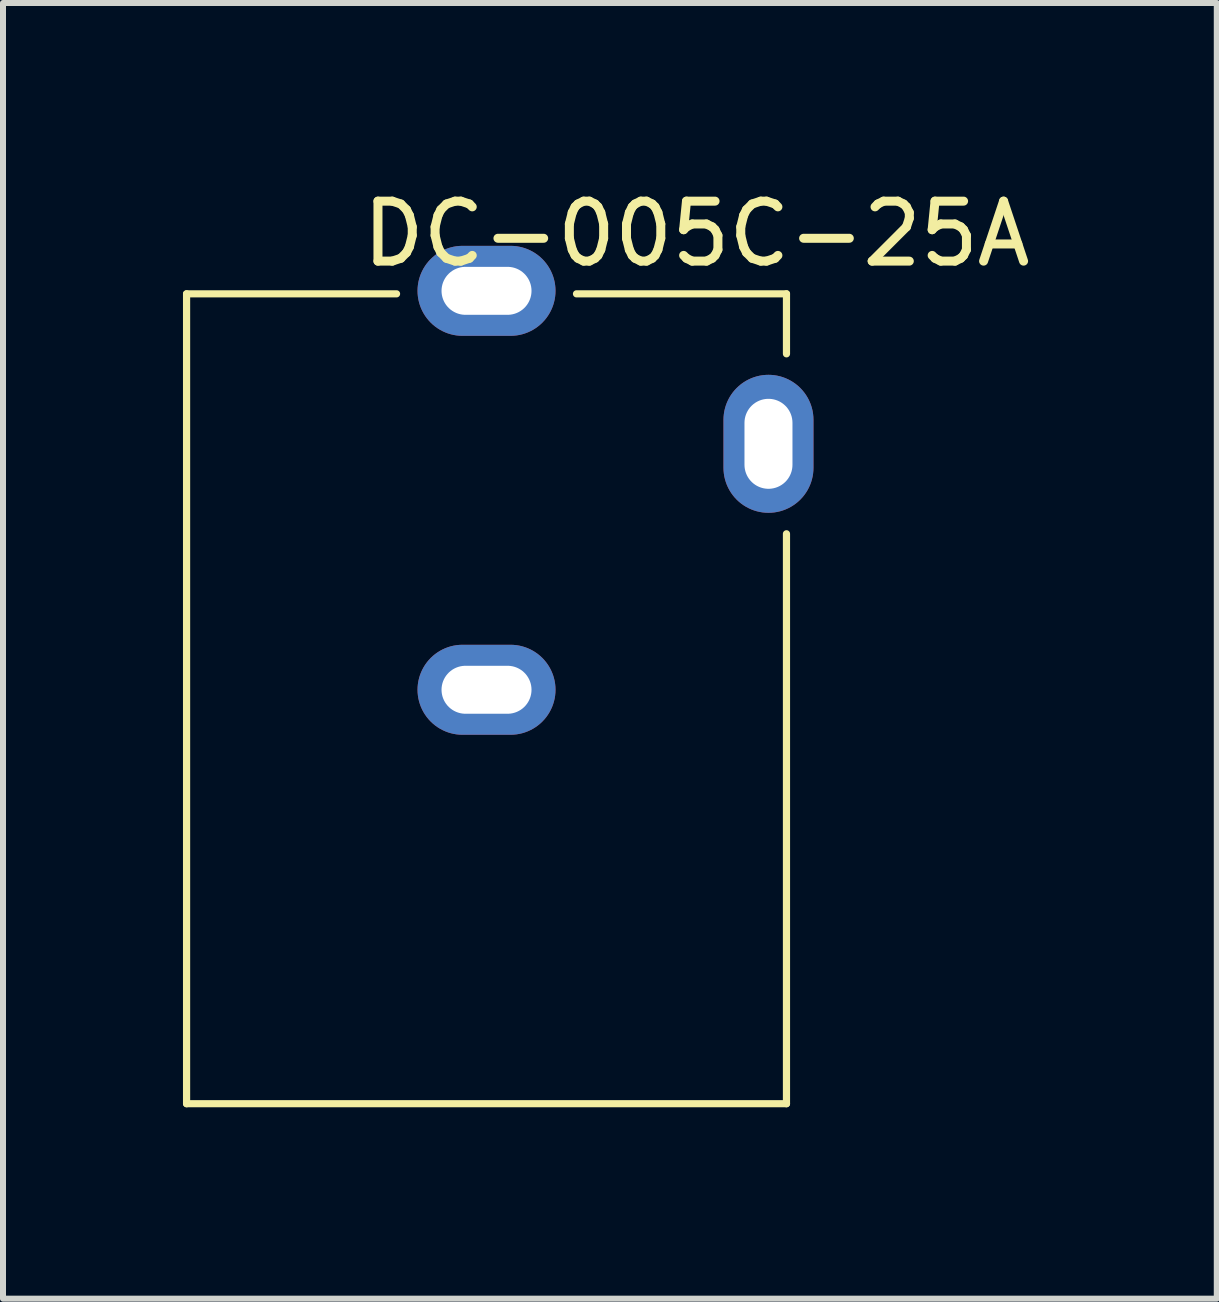
<source format=kicad_pcb>
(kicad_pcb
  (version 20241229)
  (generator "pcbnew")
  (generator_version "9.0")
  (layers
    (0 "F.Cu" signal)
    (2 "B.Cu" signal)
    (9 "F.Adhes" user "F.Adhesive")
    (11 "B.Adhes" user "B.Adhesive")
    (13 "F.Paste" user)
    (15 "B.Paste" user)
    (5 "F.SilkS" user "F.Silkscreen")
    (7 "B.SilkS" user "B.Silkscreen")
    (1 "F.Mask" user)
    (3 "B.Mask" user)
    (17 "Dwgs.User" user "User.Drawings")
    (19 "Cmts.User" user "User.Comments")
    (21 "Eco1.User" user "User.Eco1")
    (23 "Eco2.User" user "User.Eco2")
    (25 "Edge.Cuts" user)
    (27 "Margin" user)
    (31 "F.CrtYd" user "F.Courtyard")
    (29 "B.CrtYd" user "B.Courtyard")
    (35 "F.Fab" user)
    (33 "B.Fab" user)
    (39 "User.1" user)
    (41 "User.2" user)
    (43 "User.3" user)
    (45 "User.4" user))
  (footprint "DC-005C-25A"
    (layer "F.Cu")
    (at 5.06 15.348)
    (property "Reference" "DC-005C-25A" (at 3.5 -14.5 0) (layer "F.SilkS") (effects (font (size 1 1) (thickness 0.15))))
    (attr through_hole)
    (fp_line (start -5 -13.5) (end -1.5 -13.5) (stroke (width 0.12) (type solid)) (layer "F.SilkS"))
    (fp_line (start -5 0) (end -5 -13.5) (stroke (width 0.12) (type solid)) (layer "F.SilkS"))
    (fp_line (start -5 0) (end 5 0) (stroke (width 0.12) (type solid)) (layer "F.SilkS"))
    (fp_line (start 1.5 -13.5) (end 5 -13.5) (stroke (width 0.12) (type solid)) (layer "F.SilkS"))
    (fp_line (start 5 -13.5) (end 5 -12.5) (stroke (width 0.12) (type solid)) (layer "F.SilkS"))
    (fp_line (start 5 -9.5) (end 5 0) (stroke (width 0.12) (type solid)) (layer "F.SilkS"))
    (pad "1" thru_hole oval (at 0 -13.55) (size 2.3 1.5) (drill oval 1.5 0.8) (layers "*.Cu" "*.Mask"))
    (pad "2" thru_hole oval (at 0 -6.9) (size 2.3 1.5) (drill oval 1.5 0.8) (layers "*.Cu" "*.Mask"))
    (pad "3" thru_hole oval (at 4.7 -11) (size 1.5 2.3) (drill oval 0.8 1.5) (layers "*.Cu" "*.Mask")))
  (gr_rect
    (start -3 -3)
    (end 17.233 18.598)
    (stroke (width 0.1) (type default))
    (fill no)
    (layer "Edge.Cuts")))
</source>
